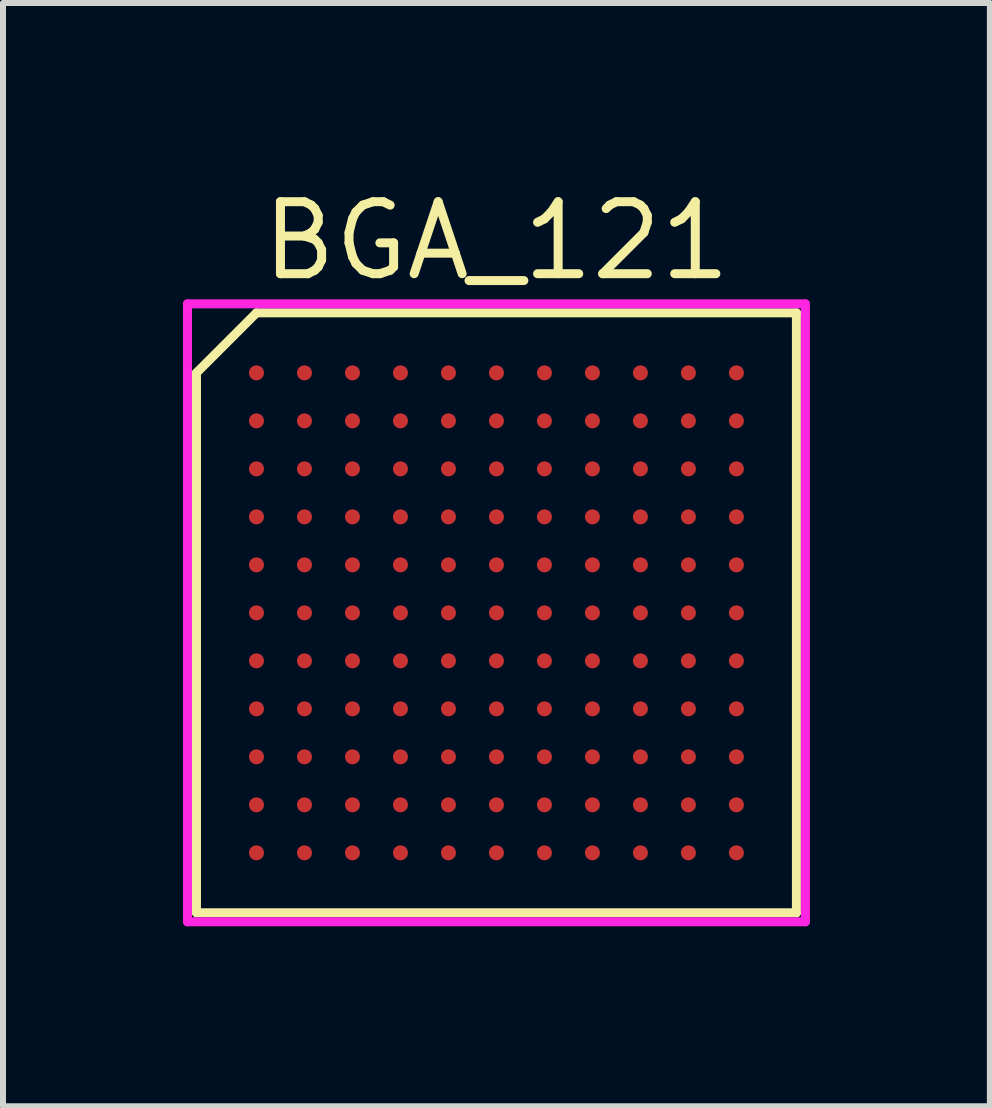
<source format=kicad_pcb>
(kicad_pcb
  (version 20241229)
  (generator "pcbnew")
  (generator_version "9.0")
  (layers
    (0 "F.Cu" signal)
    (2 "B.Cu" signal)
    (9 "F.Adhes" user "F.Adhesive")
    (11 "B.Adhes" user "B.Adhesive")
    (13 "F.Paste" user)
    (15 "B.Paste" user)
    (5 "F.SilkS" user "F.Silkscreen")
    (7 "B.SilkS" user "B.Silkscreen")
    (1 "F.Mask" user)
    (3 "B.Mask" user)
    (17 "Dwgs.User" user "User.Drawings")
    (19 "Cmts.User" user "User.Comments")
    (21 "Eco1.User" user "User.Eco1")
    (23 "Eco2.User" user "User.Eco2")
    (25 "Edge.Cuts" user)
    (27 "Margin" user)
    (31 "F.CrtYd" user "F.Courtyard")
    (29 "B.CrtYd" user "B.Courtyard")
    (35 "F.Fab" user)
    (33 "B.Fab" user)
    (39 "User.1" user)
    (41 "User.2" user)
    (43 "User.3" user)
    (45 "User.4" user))
  (footprint "BGA_121"
    (layer "F.Cu")
    (at 5.225 7.165)
    (property "Reference" "BGA_121" (at 0 -6.2 0) (layer "F.SilkS") (effects (font (size 1.2 1.2) (thickness 0.15))))
    (attr through_hole)
    (fp_line (start -5 -4) (end -5 5) (stroke (width 0.15) (type solid)) (layer "F.SilkS"))
    (fp_line (start -5 5) (end 5 5) (stroke (width 0.15) (type solid)) (layer "F.SilkS"))
    (fp_line (start -4 -5) (end -5 -4) (stroke (width 0.15) (type solid)) (layer "F.SilkS"))
    (fp_line (start 5 -5) (end -4 -5) (stroke (width 0.15) (type solid)) (layer "F.SilkS"))
    (fp_line (start 5 5) (end 5 -5) (stroke (width 0.15) (type solid)) (layer "F.SilkS"))
    (fp_line (start -5.15 -5.15) (end 5.15 -5.15) (stroke (width 0.15) (type solid)) (layer "F.CrtYd"))
    (fp_line (start -5.15 5.15) (end -5.15 -5.15) (stroke (width 0.15) (type solid)) (layer "F.CrtYd"))
    (fp_line (start 5.15 -5.15) (end 5.15 5.15) (stroke (width 0.15) (type solid)) (layer "F.CrtYd"))
    (fp_line (start 5.15 5.15) (end -5.15 5.15) (stroke (width 0.15) (type solid)) (layer "F.CrtYd"))
    (pad "A1" smd circle (at -4 -4) (size 0.25 0.25) (layers "F.Cu" "F.Mask" "F.Paste"))
    (pad "A2" smd circle (at -3.2 -4) (size 0.25 0.25) (layers "F.Cu" "F.Mask" "F.Paste"))
    (pad "A3" smd circle (at -2.4 -4) (size 0.25 0.25) (layers "F.Cu" "F.Mask" "F.Paste"))
    (pad "A4" smd circle (at -1.6 -4) (size 0.25 0.25) (layers "F.Cu" "F.Mask" "F.Paste"))
    (pad "A5" smd circle (at -0.8 -4) (size 0.25 0.25) (layers "F.Cu" "F.Mask" "F.Paste"))
    (pad "A6" smd circle (at 0 -4) (size 0.25 0.25) (layers "F.Cu" "F.Mask" "F.Paste"))
    (pad "A7" smd circle (at 0.8 -4) (size 0.25 0.25) (layers "F.Cu" "F.Mask" "F.Paste"))
    (pad "A8" smd circle (at 1.6 -4) (size 0.25 0.25) (layers "F.Cu" "F.Mask" "F.Paste"))
    (pad "A9" smd circle (at 2.4 -4) (size 0.25 0.25) (layers "F.Cu" "F.Mask" "F.Paste"))
    (pad "A10" smd circle (at 3.2 -4) (size 0.25 0.25) (layers "F.Cu" "F.Mask" "F.Paste"))
    (pad "A11" smd circle (at 4 -4) (size 0.25 0.25) (layers "F.Cu" "F.Mask" "F.Paste"))
    (pad "B1" smd circle (at -4 -3.2) (size 0.25 0.25) (layers "F.Cu" "F.Mask" "F.Paste"))
    (pad "B2" smd circle (at -3.2 -3.2) (size 0.25 0.25) (layers "F.Cu" "F.Mask" "F.Paste"))
    (pad "B3" smd circle (at -2.4 -3.2) (size 0.25 0.25) (layers "F.Cu" "F.Mask" "F.Paste"))
    (pad "B4" smd circle (at -1.6 -3.2) (size 0.25 0.25) (layers "F.Cu" "F.Mask" "F.Paste"))
    (pad "B5" smd circle (at -0.8 -3.2) (size 0.25 0.25) (layers "F.Cu" "F.Mask" "F.Paste"))
    (pad "B6" smd circle (at 0 -3.2) (size 0.25 0.25) (layers "F.Cu" "F.Mask" "F.Paste"))
    (pad "B7" smd circle (at 0.8 -3.2) (size 0.25 0.25) (layers "F.Cu" "F.Mask" "F.Paste"))
    (pad "B8" smd circle (at 1.6 -3.2) (size 0.25 0.25) (layers "F.Cu" "F.Mask" "F.Paste"))
    (pad "B9" smd circle (at 2.4 -3.2) (size 0.25 0.25) (layers "F.Cu" "F.Mask" "F.Paste"))
    (pad "B10" smd circle (at 3.2 -3.2) (size 0.25 0.25) (layers "F.Cu" "F.Mask" "F.Paste"))
    (pad "B11" smd circle (at 4 -3.2) (size 0.25 0.25) (layers "F.Cu" "F.Mask" "F.Paste"))
    (pad "C1" smd circle (at -4 -2.4) (size 0.25 0.25) (layers "F.Cu" "F.Mask" "F.Paste"))
    (pad "C2" smd circle (at -3.2 -2.4) (size 0.25 0.25) (layers "F.Cu" "F.Mask" "F.Paste"))
    (pad "C3" smd circle (at -2.4 -2.4) (size 0.25 0.25) (layers "F.Cu" "F.Mask" "F.Paste"))
    (pad "C4" smd circle (at -1.6 -2.4) (size 0.25 0.25) (layers "F.Cu" "F.Mask" "F.Paste"))
    (pad "C5" smd circle (at -0.8 -2.4) (size 0.25 0.25) (layers "F.Cu" "F.Mask" "F.Paste"))
    (pad "C6" smd circle (at 0 -2.4) (size 0.25 0.25) (layers "F.Cu" "F.Mask" "F.Paste"))
    (pad "C7" smd circle (at 0.8 -2.4) (size 0.25 0.25) (layers "F.Cu" "F.Mask" "F.Paste"))
    (pad "C8" smd circle (at 1.6 -2.4) (size 0.25 0.25) (layers "F.Cu" "F.Mask" "F.Paste"))
    (pad "C9" smd circle (at 2.4 -2.4) (size 0.25 0.25) (layers "F.Cu" "F.Mask" "F.Paste"))
    (pad "C10" smd circle (at 3.2 -2.4) (size 0.25 0.25) (layers "F.Cu" "F.Mask" "F.Paste"))
    (pad "C11" smd circle (at 4 -2.4) (size 0.25 0.25) (layers "F.Cu" "F.Mask" "F.Paste"))
    (pad "D1" smd circle (at -4 -1.6) (size 0.25 0.25) (layers "F.Cu" "F.Mask" "F.Paste"))
    (pad "D2" smd circle (at -3.2 -1.6) (size 0.25 0.25) (layers "F.Cu" "F.Mask" "F.Paste"))
    (pad "D3" smd circle (at -2.4 -1.6) (size 0.25 0.25) (layers "F.Cu" "F.Mask" "F.Paste"))
    (pad "D4" smd circle (at -1.6 -1.6) (size 0.25 0.25) (layers "F.Cu" "F.Mask" "F.Paste"))
    (pad "D5" smd circle (at -0.8 -1.6) (size 0.25 0.25) (layers "F.Cu" "F.Mask" "F.Paste"))
    (pad "D6" smd circle (at 0 -1.6) (size 0.25 0.25) (layers "F.Cu" "F.Mask" "F.Paste"))
    (pad "D7" smd circle (at 0.8 -1.6) (size 0.25 0.25) (layers "F.Cu" "F.Mask" "F.Paste"))
    (pad "D8" smd circle (at 1.6 -1.6) (size 0.25 0.25) (layers "F.Cu" "F.Mask" "F.Paste"))
    (pad "D9" smd circle (at 2.4 -1.6) (size 0.25 0.25) (layers "F.Cu" "F.Mask" "F.Paste"))
    (pad "D10" smd circle (at 3.2 -1.6) (size 0.25 0.25) (layers "F.Cu" "F.Mask" "F.Paste"))
    (pad "D11" smd circle (at 4 -1.6) (size 0.25 0.25) (layers "F.Cu" "F.Mask" "F.Paste"))
    (pad "E1" smd circle (at -4 -0.8) (size 0.25 0.25) (layers "F.Cu" "F.Mask" "F.Paste"))
    (pad "E2" smd circle (at -3.2 -0.8) (size 0.25 0.25) (layers "F.Cu" "F.Mask" "F.Paste"))
    (pad "E3" smd circle (at -2.4 -0.8) (size 0.25 0.25) (layers "F.Cu" "F.Mask" "F.Paste"))
    (pad "E4" smd circle (at -1.6 -0.8) (size 0.25 0.25) (layers "F.Cu" "F.Mask" "F.Paste"))
    (pad "E5" smd circle (at -0.8 -0.8) (size 0.25 0.25) (layers "F.Cu" "F.Mask" "F.Paste"))
    (pad "E6" smd circle (at 0 -0.8) (size 0.25 0.25) (layers "F.Cu" "F.Mask" "F.Paste"))
    (pad "E7" smd circle (at 0.8 -0.8) (size 0.25 0.25) (layers "F.Cu" "F.Mask" "F.Paste"))
    (pad "E8" smd circle (at 1.6 -0.8) (size 0.25 0.25) (layers "F.Cu" "F.Mask" "F.Paste"))
    (pad "E9" smd circle (at 2.4 -0.8) (size 0.25 0.25) (layers "F.Cu" "F.Mask" "F.Paste"))
    (pad "E10" smd circle (at 3.2 -0.8) (size 0.25 0.25) (layers "F.Cu" "F.Mask" "F.Paste"))
    (pad "E11" smd circle (at 4 -0.8) (size 0.25 0.25) (layers "F.Cu" "F.Mask" "F.Paste"))
    (pad "F1" smd circle (at -4 0) (size 0.25 0.25) (layers "F.Cu" "F.Mask" "F.Paste"))
    (pad "F2" smd circle (at -3.2 0) (size 0.25 0.25) (layers "F.Cu" "F.Mask" "F.Paste"))
    (pad "F3" smd circle (at -2.4 0) (size 0.25 0.25) (layers "F.Cu" "F.Mask" "F.Paste"))
    (pad "F4" smd circle (at -1.6 0) (size 0.25 0.25) (layers "F.Cu" "F.Mask" "F.Paste"))
    (pad "F5" smd circle (at -0.8 0) (size 0.25 0.25) (layers "F.Cu" "F.Mask" "F.Paste"))
    (pad "F6" smd circle (at 0 0) (size 0.25 0.25) (layers "F.Cu" "F.Mask" "F.Paste"))
    (pad "F7" smd circle (at 0.8 0) (size 0.25 0.25) (layers "F.Cu" "F.Mask" "F.Paste"))
    (pad "F8" smd circle (at 1.6 0) (size 0.25 0.25) (layers "F.Cu" "F.Mask" "F.Paste"))
    (pad "F9" smd circle (at 2.4 0) (size 0.25 0.25) (layers "F.Cu" "F.Mask" "F.Paste"))
    (pad "F10" smd circle (at 3.2 0) (size 0.25 0.25) (layers "F.Cu" "F.Mask" "F.Paste"))
    (pad "F11" smd circle (at 4 0) (size 0.25 0.25) (layers "F.Cu" "F.Mask" "F.Paste"))
    (pad "G1" smd circle (at -4 0.8) (size 0.25 0.25) (layers "F.Cu" "F.Mask" "F.Paste"))
    (pad "G2" smd circle (at -3.2 0.8) (size 0.25 0.25) (layers "F.Cu" "F.Mask" "F.Paste"))
    (pad "G3" smd circle (at -2.4 0.8) (size 0.25 0.25) (layers "F.Cu" "F.Mask" "F.Paste"))
    (pad "G4" smd circle (at -1.6 0.8) (size 0.25 0.25) (layers "F.Cu" "F.Mask" "F.Paste"))
    (pad "G5" smd circle (at -0.8 0.8) (size 0.25 0.25) (layers "F.Cu" "F.Mask" "F.Paste"))
    (pad "G6" smd circle (at 0 0.8) (size 0.25 0.25) (layers "F.Cu" "F.Mask" "F.Paste"))
    (pad "G7" smd circle (at 0.8 0.8) (size 0.25 0.25) (layers "F.Cu" "F.Mask" "F.Paste"))
    (pad "G8" smd circle (at 1.6 0.8) (size 0.25 0.25) (layers "F.Cu" "F.Mask" "F.Paste"))
    (pad "G9" smd circle (at 2.4 0.8) (size 0.25 0.25) (layers "F.Cu" "F.Mask" "F.Paste"))
    (pad "G10" smd circle (at 3.2 0.8) (size 0.25 0.25) (layers "F.Cu" "F.Mask" "F.Paste"))
    (pad "G11" smd circle (at 4 0.8) (size 0.25 0.25) (layers "F.Cu" "F.Mask" "F.Paste"))
    (pad "H1" smd circle (at -4 1.6) (size 0.25 0.25) (layers "F.Cu" "F.Mask" "F.Paste"))
    (pad "H2" smd circle (at -3.2 1.6) (size 0.25 0.25) (layers "F.Cu" "F.Mask" "F.Paste"))
    (pad "H3" smd circle (at -2.4 1.6) (size 0.25 0.25) (layers "F.Cu" "F.Mask" "F.Paste"))
    (pad "H4" smd circle (at -1.6 1.6) (size 0.25 0.25) (layers "F.Cu" "F.Mask" "F.Paste"))
    (pad "H5" smd circle (at -0.8 1.6) (size 0.25 0.25) (layers "F.Cu" "F.Mask" "F.Paste"))
    (pad "H6" smd circle (at 0 1.6) (size 0.25 0.25) (layers "F.Cu" "F.Mask" "F.Paste"))
    (pad "H7" smd circle (at 0.8 1.6) (size 0.25 0.25) (layers "F.Cu" "F.Mask" "F.Paste"))
    (pad "H8" smd circle (at 1.6 1.6) (size 0.25 0.25) (layers "F.Cu" "F.Mask" "F.Paste"))
    (pad "H9" smd circle (at 2.4 1.6) (size 0.25 0.25) (layers "F.Cu" "F.Mask" "F.Paste"))
    (pad "H10" smd circle (at 3.2 1.6) (size 0.25 0.25) (layers "F.Cu" "F.Mask" "F.Paste"))
    (pad "H11" smd circle (at 4 1.6) (size 0.25 0.25) (layers "F.Cu" "F.Mask" "F.Paste"))
    (pad "J1" smd circle (at -4 2.4) (size 0.25 0.25) (layers "F.Cu" "F.Mask" "F.Paste"))
    (pad "J2" smd circle (at -3.2 2.4) (size 0.25 0.25) (layers "F.Cu" "F.Mask" "F.Paste"))
    (pad "J3" smd circle (at -2.4 2.4) (size 0.25 0.25) (layers "F.Cu" "F.Mask" "F.Paste"))
    (pad "J4" smd circle (at -1.6 2.4) (size 0.25 0.25) (layers "F.Cu" "F.Mask" "F.Paste"))
    (pad "J5" smd circle (at -0.8 2.4) (size 0.25 0.25) (layers "F.Cu" "F.Mask" "F.Paste"))
    (pad "J6" smd circle (at 0 2.4) (size 0.25 0.25) (layers "F.Cu" "F.Mask" "F.Paste"))
    (pad "J7" smd circle (at 0.8 2.4) (size 0.25 0.25) (layers "F.Cu" "F.Mask" "F.Paste"))
    (pad "J8" smd circle (at 1.6 2.4) (size 0.25 0.25) (layers "F.Cu" "F.Mask" "F.Paste"))
    (pad "J9" smd circle (at 2.4 2.4) (size 0.25 0.25) (layers "F.Cu" "F.Mask" "F.Paste"))
    (pad "J10" smd circle (at 3.2 2.4) (size 0.25 0.25) (layers "F.Cu" "F.Mask" "F.Paste"))
    (pad "J11" smd circle (at 4 2.4) (size 0.25 0.25) (layers "F.Cu" "F.Mask" "F.Paste"))
    (pad "K1" smd circle (at -4 3.2) (size 0.25 0.25) (layers "F.Cu" "F.Mask" "F.Paste"))
    (pad "K2" smd circle (at -3.2 3.2) (size 0.25 0.25) (layers "F.Cu" "F.Mask" "F.Paste"))
    (pad "K3" smd circle (at -2.4 3.2) (size 0.25 0.25) (layers "F.Cu" "F.Mask" "F.Paste"))
    (pad "K4" smd circle (at -1.6 3.2) (size 0.25 0.25) (layers "F.Cu" "F.Mask" "F.Paste"))
    (pad "K5" smd circle (at -0.8 3.2) (size 0.25 0.25) (layers "F.Cu" "F.Mask" "F.Paste"))
    (pad "K6" smd circle (at 0 3.2) (size 0.25 0.25) (layers "F.Cu" "F.Mask" "F.Paste"))
    (pad "K7" smd circle (at 0.8 3.2) (size 0.25 0.25) (layers "F.Cu" "F.Mask" "F.Paste"))
    (pad "K8" smd circle (at 1.6 3.2) (size 0.25 0.25) (layers "F.Cu" "F.Mask" "F.Paste"))
    (pad "K9" smd circle (at 2.4 3.2) (size 0.25 0.25) (layers "F.Cu" "F.Mask" "F.Paste"))
    (pad "K10" smd circle (at 3.2 3.2) (size 0.25 0.25) (layers "F.Cu" "F.Mask" "F.Paste"))
    (pad "K11" smd circle (at 4 3.2) (size 0.25 0.25) (layers "F.Cu" "F.Mask" "F.Paste"))
    (pad "L1" smd circle (at -4 4) (size 0.25 0.25) (layers "F.Cu" "F.Mask" "F.Paste"))
    (pad "L2" smd circle (at -3.2 4) (size 0.25 0.25) (layers "F.Cu" "F.Mask" "F.Paste"))
    (pad "L3" smd circle (at -2.4 4) (size 0.25 0.25) (layers "F.Cu" "F.Mask" "F.Paste"))
    (pad "L4" smd circle (at -1.6 4) (size 0.25 0.25) (layers "F.Cu" "F.Mask" "F.Paste"))
    (pad "L5" smd circle (at -0.8 4) (size 0.25 0.25) (layers "F.Cu" "F.Mask" "F.Paste"))
    (pad "L6" smd circle (at 0 4) (size 0.25 0.25) (layers "F.Cu" "F.Mask" "F.Paste"))
    (pad "L7" smd circle (at 0.8 4) (size 0.25 0.25) (layers "F.Cu" "F.Mask" "F.Paste"))
    (pad "L8" smd circle (at 1.6 4) (size 0.25 0.25) (layers "F.Cu" "F.Mask" "F.Paste"))
    (pad "L9" smd circle (at 2.4 4) (size 0.25 0.25) (layers "F.Cu" "F.Mask" "F.Paste"))
    (pad "L10" smd circle (at 3.2 4) (size 0.25 0.25) (layers "F.Cu" "F.Mask" "F.Paste"))
    (pad "L11" smd circle (at 4 4) (size 0.25 0.25) (layers "F.Cu" "F.Mask" "F.Paste")))
  (gr_rect
    (start -3 -3)
    (end 13.45 15.39)
    (stroke (width 0.1) (type default))
    (fill no)
    (layer "Edge.Cuts")))
</source>
